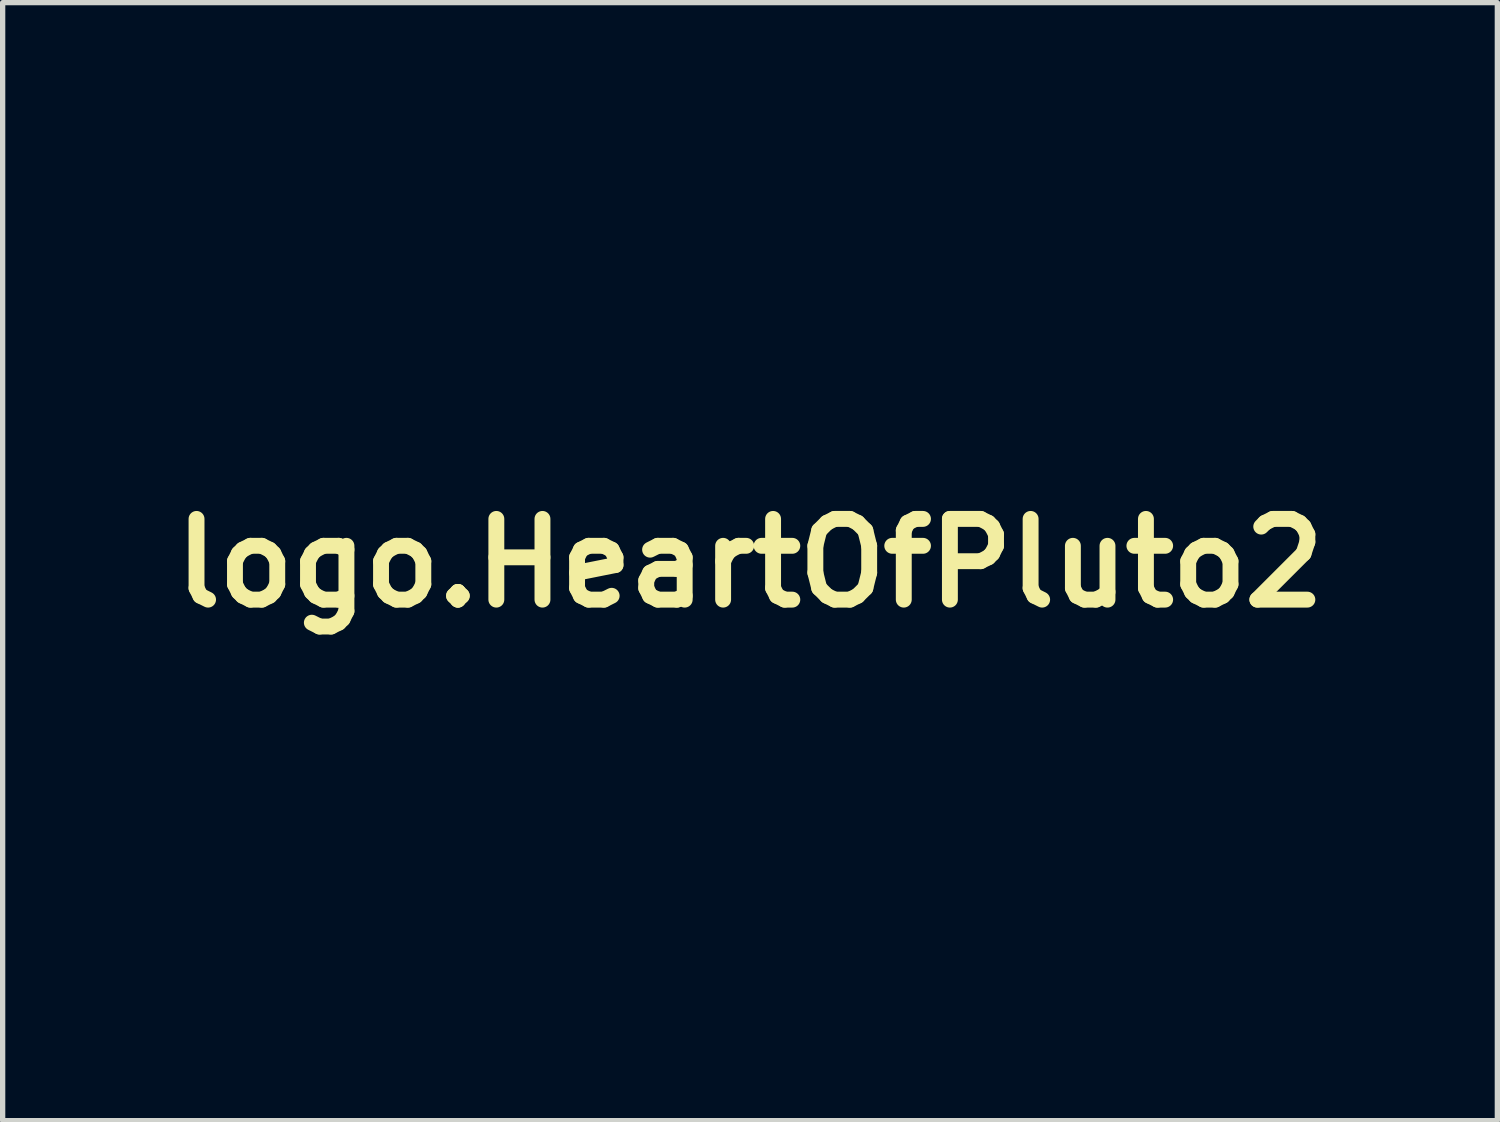
<source format=kicad_pcb>
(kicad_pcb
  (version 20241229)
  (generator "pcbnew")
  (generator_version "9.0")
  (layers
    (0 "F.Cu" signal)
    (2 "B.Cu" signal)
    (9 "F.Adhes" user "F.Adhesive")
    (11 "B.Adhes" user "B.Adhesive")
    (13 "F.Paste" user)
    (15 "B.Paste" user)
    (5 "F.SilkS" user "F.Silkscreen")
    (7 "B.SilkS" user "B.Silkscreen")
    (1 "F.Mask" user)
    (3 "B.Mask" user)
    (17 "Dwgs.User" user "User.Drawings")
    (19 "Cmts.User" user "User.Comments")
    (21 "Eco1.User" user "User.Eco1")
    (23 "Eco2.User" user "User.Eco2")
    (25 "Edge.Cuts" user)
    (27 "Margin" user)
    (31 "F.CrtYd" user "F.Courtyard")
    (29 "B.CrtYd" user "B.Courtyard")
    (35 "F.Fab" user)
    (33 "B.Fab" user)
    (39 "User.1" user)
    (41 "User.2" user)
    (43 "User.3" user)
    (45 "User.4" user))
  (footprint "logo.HeartOfPluto2"
    (layer "F.Cu")
    (at 11.111 7.582)
    (property "Reference" "logo.HeartOfPluto2" (at 0 0 0) (layer "F.SilkS") (effects (font (size 1.524 1.524) (thickness 0.3))))
    (attr through_hole)
    (fp_poly (pts (xy -1.737 7.092) (xy -1.097 7.092) (xy -1.097 7.463) (xy -2.139 7.463) (xy -2.139 5.131) (xy -1.737 5.131) (xy -1.737 7.092)) (stroke (width 0.01) (type solid)) (fill yes) (layer "F.Mask"))
    (fp_poly (pts (xy 1.961 5.471) (xy 1.524 5.471) (xy 1.524 7.463) (xy 1.133 7.463) (xy 1.133 5.471) (xy 0.696 5.471) (xy 0.696 5.131) (xy 1.961 5.131) (xy 1.961 5.471)) (stroke (width 0.01) (type solid)) (fill yes) (layer "F.Mask"))
    (fp_poly (pts (xy 3.728 4.398) (xy 3.726 4.417) (xy 2.392 4.418) (xy 2.277 4.418) (xy 2.163 4.419) (xy 2.053 4.419) (xy 1.947 4.419) (xy 1.844 4.419) (xy 1.746 4.419) (xy 1.653 4.418) (xy 1.564 4.418) (xy 1.481 4.418) (xy 1.405 4.418) (xy 1.335 4.418) (xy 1.271 4.418) (xy 1.215 4.418) (xy 1.167 4.417) (xy 1.126 4.417) (xy 1.095 4.417) (xy 1.072 4.417) (xy 1.059 4.416) (xy 1.055 4.416) (xy 1.053 4.409) (xy 1.052 4.397) (xy 1.052 4.396) (xy 1.052 4.379) (xy 3.729 4.379) (xy 3.728 4.398)) (stroke (width 0.01) (type solid)) (fill yes) (layer "F.Mask"))
    (fp_poly (pts (xy -1.095 4.417) (xy -2.43 4.418) (xy -2.569 4.418) (xy -2.699 4.419) (xy -2.819 4.419) (xy -2.93 4.419) (xy -3.032 4.419) (xy -3.126 4.419) (xy -3.212 4.419) (xy -3.29 4.419) (xy -3.36 4.419) (xy -3.424 4.418) (xy -3.481 4.418) (xy -3.531 4.418) (xy -3.576 4.418) (xy -3.615 4.418) (xy -3.648 4.417) (xy -3.677 4.417) (xy -3.701 4.417) (xy -3.72 4.416) (xy -3.736 4.416) (xy -3.748 4.415) (xy -3.757 4.414) (xy -3.763 4.414) (xy -3.766 4.413) (xy -3.767 4.412) (xy -3.769 4.402) (xy -3.768 4.393) (xy -3.767 4.381) (xy -1.095 4.381) (xy -1.095 4.417)) (stroke (width 0.01) (type solid)) (fill yes) (layer "F.Mask"))
    (fp_poly (pts (xy 0.765 4.133) (xy 0.593 4.134) (xy 0.422 4.135) (xy 0.422 4.298) (xy 0.58 4.299) (xy 0.739 4.3) (xy 0.741 4.374) (xy 0.741 4.401) (xy 0.741 4.425) (xy 0.74 4.445) (xy 0.74 4.457) (xy 0.739 4.459) (xy 0.736 4.47) (xy 0.422 4.47) (xy 0.422 4.785) (xy 0.322 4.785) (xy 0.286 4.785) (xy 0.259 4.785) (xy 0.239 4.784) (xy 0.227 4.782) (xy 0.222 4.78) (xy 0.221 4.779) (xy 0.22 4.773) (xy 0.22 4.758) (xy 0.22 4.734) (xy 0.22 4.702) (xy 0.219 4.663) (xy 0.219 4.618) (xy 0.219 4.567) (xy 0.219 4.512) (xy 0.219 4.453) (xy 0.22 4.39) (xy 0.22 4.366) (xy 0.221 3.96) (xy 0.765 3.96) (xy 0.765 4.133)) (stroke (width 0.01) (type solid)) (fill yes) (layer "F.Mask"))
    (fp_poly (pts (xy 3.131 1.342) (xy 3.747 1.344) (xy 3.747 1.669) (xy 3.534 1.67) (xy 3.322 1.671) (xy 3.321 2.638) (xy 3.32 3.604) (xy 3.131 3.606) (xy 3.089 3.606) (xy 3.049 3.606) (xy 3.014 3.606) (xy 2.984 3.605) (xy 2.961 3.605) (xy 2.946 3.604) (xy 2.94 3.604) (xy 2.94 3.603) (xy 2.939 3.598) (xy 2.939 3.583) (xy 2.939 3.559) (xy 2.938 3.526) (xy 2.938 3.485) (xy 2.938 3.436) (xy 2.937 3.38) (xy 2.937 3.318) (xy 2.937 3.249) (xy 2.937 3.175) (xy 2.937 3.095) (xy 2.937 3.011) (xy 2.936 2.922) (xy 2.936 2.83) (xy 2.936 2.734) (xy 2.936 2.636) (xy 2.936 1.671) (xy 2.515 1.671) (xy 2.515 1.341) (xy 3.131 1.342)) (stroke (width 0.01) (type solid)) (fill yes) (layer "F.Mask"))
    (fp_poly (pts (xy -3.378 2.256) (xy -2.713 2.256) (xy -2.711 1.8) (xy -2.71 1.344) (xy -2.324 1.344) (xy -2.324 3.604) (xy -2.71 3.604) (xy -2.713 2.606) (xy -3.378 2.606) (xy -3.379 3.105) (xy -3.381 3.604) (xy -3.573 3.606) (xy -3.624 3.606) (xy -3.666 3.606) (xy -3.7 3.606) (xy -3.725 3.605) (xy -3.744 3.605) (xy -3.757 3.604) (xy -3.764 3.602) (xy -3.767 3.601) (xy -3.767 3.601) (xy -3.767 3.595) (xy -3.767 3.58) (xy -3.768 3.555) (xy -3.768 3.522) (xy -3.768 3.48) (xy -3.768 3.431) (xy -3.768 3.374) (xy -3.768 3.31) (xy -3.768 3.239) (xy -3.768 3.163) (xy -3.768 3.081) (xy -3.768 2.994) (xy -3.768 2.903) (xy -3.768 2.807) (xy -3.768 2.707) (xy -3.768 2.605) (xy -3.768 2.499) (xy -3.768 2.469) (xy -3.767 1.344) (xy -3.381 1.344) (xy -3.378 2.256)) (stroke (width 0.01) (type solid)) (fill yes) (layer "F.Mask"))
    (fp_poly (pts (xy -0.855 1.513) (xy -0.856 1.684) (xy -1.177 1.685) (xy -1.499 1.687) (xy -1.499 2.276) (xy -0.902 2.278) (xy -0.902 2.593) (xy -1.2 2.595) (xy -1.499 2.596) (xy -1.499 3.256) (xy -1.162 3.258) (xy -0.826 3.259) (xy -0.826 3.604) (xy -1.348 3.606) (xy -1.435 3.606) (xy -1.513 3.606) (xy -1.581 3.606) (xy -1.641 3.606) (xy -1.693 3.606) (xy -1.737 3.606) (xy -1.774 3.605) (xy -1.804 3.605) (xy -1.828 3.604) (xy -1.846 3.604) (xy -1.859 3.603) (xy -1.867 3.602) (xy -1.872 3.601) (xy -1.872 3.6) (xy -1.872 3.595) (xy -1.873 3.58) (xy -1.873 3.555) (xy -1.873 3.522) (xy -1.873 3.48) (xy -1.873 3.431) (xy -1.873 3.374) (xy -1.873 3.31) (xy -1.874 3.239) (xy -1.874 3.163) (xy -1.874 3.081) (xy -1.874 2.994) (xy -1.874 2.903) (xy -1.874 2.807) (xy -1.874 2.707) (xy -1.873 2.605) (xy -1.873 2.499) (xy -1.873 2.469) (xy -1.872 1.344) (xy -1.363 1.342) (xy -0.853 1.341) (xy -0.855 1.513)) (stroke (width 0.01) (type solid)) (fill yes) (layer "F.Mask"))
    (fp_poly (pts (xy -0.263 3.972) (xy -0.2 3.991) (xy -0.194 3.993) (xy -0.135 4.021) (xy -0.081 4.057) (xy -0.034 4.099) (xy 0.007 4.147) (xy 0.04 4.2) (xy 0.066 4.257) (xy 0.082 4.318) (xy 0.09 4.38) (xy 0.09 4.421) (xy 0.082 4.485) (xy 0.064 4.546) (xy 0.036 4.604) (xy -0.000219 4.659) (xy -0.039 4.702) (xy -0.085 4.743) (xy -0.134 4.775) (xy -0.188 4.801) (xy -0.223 4.813) (xy -0.243 4.818) (xy -0.268 4.824) (xy -0.294 4.828) (xy -0.32 4.832) (xy -0.343 4.835) (xy -0.36 4.836) (xy -0.363 4.835) (xy -0.37 4.835) (xy -0.385 4.833) (xy -0.404 4.831) (xy -0.406 4.831) (xy -0.47 4.819) (xy -0.531 4.798) (xy -0.588 4.768) (xy -0.64 4.731) (xy -0.687 4.687) (xy -0.727 4.636) (xy -0.76 4.58) (xy -0.781 4.529) (xy -0.793 4.487) (xy -0.8 4.448) (xy -0.802 4.408) (xy -0.587 4.408) (xy -0.583 4.451) (xy -0.573 4.492) (xy -0.563 4.515) (xy -0.539 4.555) (xy -0.507 4.589) (xy -0.47 4.615) (xy -0.429 4.633) (xy -0.384 4.643) (xy -0.337 4.644) (xy -0.289 4.636) (xy -0.287 4.635) (xy -0.249 4.62) (xy -0.213 4.595) (xy -0.181 4.563) (xy -0.154 4.526) (xy -0.145 4.508) (xy -0.135 4.482) (xy -0.128 4.449) (xy -0.124 4.413) (xy -0.123 4.378) (xy -0.125 4.347) (xy -0.126 4.342) (xy -0.139 4.297) (xy -0.161 4.256) (xy -0.191 4.22) (xy -0.227 4.19) (xy -0.267 4.167) (xy -0.304 4.155) (xy -0.335 4.151) (xy -0.37 4.152) (xy -0.406 4.156) (xy -0.437 4.165) (xy -0.438 4.165) (xy -0.478 4.186) (xy -0.515 4.215) (xy -0.545 4.251) (xy -0.568 4.289) (xy -0.58 4.324) (xy -0.586 4.365) (xy -0.587 4.408) (xy -0.802 4.408) (xy -0.802 4.407) (xy -0.801 4.38) (xy -0.793 4.314) (xy -0.775 4.251) (xy -0.748 4.193) (xy -0.711 4.138) (xy -0.679 4.1) (xy -0.63 4.056) (xy -0.576 4.02) (xy -0.517 3.993) (xy -0.456 3.974) (xy -0.392 3.964) (xy -0.327 3.964) (xy -0.263 3.972)) (stroke (width 0.01) (type solid)) (fill yes) (layer "F.Mask"))
    (fp_poly (pts (xy -3.574 5.131) (xy -3.522 5.132) (xy -3.462 5.132) (xy -3.392 5.132) (xy -3.386 5.132) (xy -3.316 5.133) (xy -3.255 5.133) (xy -3.202 5.133) (xy -3.157 5.134) (xy -3.12 5.134) (xy -3.088 5.135) (xy -3.062 5.135) (xy -3.041 5.136) (xy -3.023 5.137) (xy -3.009 5.138) (xy -2.997 5.139) (xy -2.986 5.141) (xy -2.976 5.143) (xy -2.967 5.145) (xy -2.965 5.145) (xy -2.893 5.163) (xy -2.83 5.185) (xy -2.773 5.212) (xy -2.722 5.244) (xy -2.674 5.282) (xy -2.65 5.305) (xy -2.6 5.362) (xy -2.558 5.424) (xy -2.523 5.493) (xy -2.495 5.569) (xy -2.478 5.636) (xy -2.473 5.665) (xy -2.47 5.702) (xy -2.467 5.744) (xy -2.466 5.79) (xy -2.466 5.837) (xy -2.467 5.883) (xy -2.469 5.926) (xy -2.472 5.963) (xy -2.476 5.987) (xy -2.496 6.071) (xy -2.525 6.149) (xy -2.561 6.222) (xy -2.605 6.289) (xy -2.656 6.349) (xy -2.662 6.355) (xy -2.712 6.4) (xy -2.764 6.438) (xy -2.822 6.468) (xy -2.886 6.494) (xy -2.936 6.509) (xy -2.995 6.525) (xy -3.371 6.53) (xy -3.376 7.46) (xy -3.566 7.461) (xy -3.609 7.461) (xy -3.649 7.461) (xy -3.685 7.461) (xy -3.716 7.461) (xy -3.74 7.46) (xy -3.756 7.459) (xy -3.763 7.458) (xy -3.763 7.458) (xy -3.764 7.456) (xy -3.764 7.45) (xy -3.765 7.44) (xy -3.766 7.426) (xy -3.766 7.407) (xy -3.767 7.383) (xy -3.767 7.354) (xy -3.767 7.319) (xy -3.768 7.278) (xy -3.768 7.23) (xy -3.768 7.176) (xy -3.768 7.115) (xy -3.768 7.047) (xy -3.768 6.97) (xy -3.769 6.886) (xy -3.769 6.793) (xy -3.768 6.692) (xy -3.768 6.581) (xy -3.768 6.461) (xy -3.768 6.332) (xy -3.768 6.301) (xy -3.768 6.204) (xy -3.373 6.204) (xy -3.235 6.201) (xy -3.189 6.2) (xy -3.151 6.199) (xy -3.122 6.198) (xy -3.1 6.196) (xy -3.083 6.194) (xy -3.07 6.191) (xy -3.069 6.191) (xy -3.017 6.171) (xy -2.971 6.143) (xy -2.931 6.107) (xy -2.899 6.065) (xy -2.873 6.015) (xy -2.855 5.959) (xy -2.853 5.947) (xy -2.845 5.894) (xy -2.841 5.838) (xy -2.842 5.782) (xy -2.848 5.728) (xy -2.858 5.681) (xy -2.858 5.679) (xy -2.877 5.63) (xy -2.905 5.586) (xy -2.94 5.548) (xy -2.982 5.517) (xy -3.004 5.505) (xy -3.022 5.496) (xy -3.04 5.489) (xy -3.056 5.484) (xy -3.075 5.48) (xy -3.096 5.477) (xy -3.121 5.475) (xy -3.152 5.474) (xy -3.191 5.474) (xy -3.233 5.474) (xy -3.371 5.474) (xy -3.373 6.204) (xy -3.768 6.204) (xy -3.768 6.191) (xy -3.768 6.083) (xy -3.768 5.979) (xy -3.767 5.879) (xy -3.767 5.784) (xy -3.767 5.693) (xy -3.766 5.608) (xy -3.766 5.528) (xy -3.766 5.455) (xy -3.765 5.388) (xy -3.765 5.328) (xy -3.765 5.276) (xy -3.764 5.231) (xy -3.764 5.195) (xy -3.763 5.167) (xy -3.763 5.149) (xy -3.762 5.14) (xy -3.762 5.139) (xy -3.761 5.138) (xy -3.759 5.136) (xy -3.755 5.135) (xy -3.748 5.134) (xy -3.738 5.133) (xy -3.724 5.132) (xy -3.706 5.132) (xy -3.683 5.132) (xy -3.653 5.131) (xy -3.617 5.131) (xy -3.574 5.131)) (stroke (width 0.01) (type solid)) (fill yes) (layer "F.Mask"))
    (fp_poly (pts (xy 0.505 5.133) (xy 0.505 5.946) (xy 0.505 6.055) (xy 0.505 6.154) (xy 0.505 6.244) (xy 0.505 6.325) (xy 0.505 6.399) (xy 0.505 6.464) (xy 0.505 6.523) (xy 0.505 6.575) (xy 0.504 6.621) (xy 0.504 6.662) (xy 0.503 6.698) (xy 0.502 6.729) (xy 0.501 6.756) (xy 0.5 6.78) (xy 0.498 6.801) (xy 0.497 6.82) (xy 0.495 6.837) (xy 0.493 6.852) (xy 0.491 6.867) (xy 0.488 6.882) (xy 0.485 6.896) (xy 0.482 6.912) (xy 0.478 6.928) (xy 0.477 6.934) (xy 0.454 7.025) (xy 0.424 7.108) (xy 0.388 7.184) (xy 0.344 7.253) (xy 0.294 7.315) (xy 0.238 7.368) (xy 0.176 7.414) (xy 0.108 7.452) (xy 0.034 7.482) (xy -0.046 7.503) (xy -0.074 7.508) (xy -0.114 7.514) (xy -0.16 7.518) (xy -0.209 7.52) (xy -0.256 7.521) (xy -0.298 7.52) (xy -0.318 7.518) (xy -0.404 7.506) (xy -0.485 7.485) (xy -0.56 7.457) (xy -0.629 7.42) (xy -0.691 7.375) (xy -0.748 7.322) (xy -0.797 7.262) (xy -0.841 7.194) (xy -0.878 7.118) (xy -0.908 7.035) (xy -0.931 6.945) (xy -0.932 6.937) (xy -0.935 6.922) (xy -0.938 6.907) (xy -0.941 6.893) (xy -0.943 6.88) (xy -0.945 6.866) (xy -0.947 6.852) (xy -0.949 6.836) (xy -0.95 6.818) (xy -0.952 6.798) (xy -0.953 6.775) (xy -0.954 6.749) (xy -0.955 6.719) (xy -0.955 6.684) (xy -0.956 6.645) (xy -0.957 6.6) (xy -0.957 6.549) (xy -0.957 6.492) (xy -0.958 6.427) (xy -0.958 6.355) (xy -0.958 6.275) (xy -0.958 6.187) (xy -0.958 6.089) (xy -0.959 5.982) (xy -0.959 5.976) (xy -0.96 5.158) (xy -0.95 5.144) (xy -0.939 5.131) (xy -0.75 5.132) (xy -0.561 5.133) (xy -0.559 5.941) (xy -0.558 6.048) (xy -0.558 6.145) (xy -0.558 6.233) (xy -0.557 6.313) (xy -0.557 6.384) (xy -0.557 6.447) (xy -0.556 6.504) (xy -0.556 6.553) (xy -0.555 6.596) (xy -0.555 6.634) (xy -0.554 6.666) (xy -0.554 6.694) (xy -0.553 6.717) (xy -0.553 6.737) (xy -0.552 6.753) (xy -0.551 6.766) (xy -0.55 6.777) (xy -0.549 6.787) (xy -0.548 6.795) (xy -0.547 6.8) (xy -0.538 6.849) (xy -0.527 6.891) (xy -0.514 6.929) (xy -0.498 6.966) (xy -0.494 6.975) (xy -0.481 7.002) (xy -0.467 7.023) (xy -0.45 7.043) (xy -0.432 7.062) (xy -0.397 7.093) (xy -0.36 7.116) (xy -0.319 7.131) (xy -0.274 7.14) (xy -0.224 7.142) (xy -0.168 7.138) (xy -0.117 7.126) (xy -0.072 7.106) (xy -0.032 7.078) (xy 0.003 7.041) (xy 0.033 6.996) (xy 0.058 6.942) (xy 0.079 6.879) (xy 0.095 6.807) (xy 0.095 6.807) (xy 0.096 6.8) (xy 0.097 6.792) (xy 0.098 6.783) (xy 0.099 6.772) (xy 0.1 6.758) (xy 0.101 6.742) (xy 0.101 6.722) (xy 0.102 6.698) (xy 0.102 6.67) (xy 0.103 6.637) (xy 0.103 6.598) (xy 0.104 6.554) (xy 0.104 6.503) (xy 0.105 6.446) (xy 0.105 6.381) (xy 0.105 6.309) (xy 0.106 6.228) (xy 0.106 6.138) (xy 0.106 6.039) (xy 0.107 5.958) (xy 0.109 5.157) (xy 0.122 5.144) (xy 0.134 5.131) (xy 0.505 5.133)) (stroke (width 0.01) (type solid)) (fill yes) (layer "F.Mask"))
    (fp_poly (pts (xy 0.105 1.342) (xy 0.352 1.344) (xy 0.628 2.471) (xy 0.654 2.576) (xy 0.678 2.678) (xy 0.703 2.777) (xy 0.726 2.873) (xy 0.748 2.965) (xy 0.769 3.052) (xy 0.789 3.135) (xy 0.808 3.212) (xy 0.825 3.284) (xy 0.841 3.35) (xy 0.855 3.409) (xy 0.868 3.461) (xy 0.879 3.506) (xy 0.887 3.542) (xy 0.894 3.571) (xy 0.898 3.591) (xy 0.901 3.601) (xy 0.901 3.603) (xy 0.896 3.604) (xy 0.881 3.605) (xy 0.859 3.605) (xy 0.829 3.606) (xy 0.794 3.606) (xy 0.755 3.607) (xy 0.712 3.607) (xy 0.701 3.607) (xy 0.651 3.607) (xy 0.61 3.607) (xy 0.577 3.606) (xy 0.552 3.606) (xy 0.533 3.605) (xy 0.519 3.605) (xy 0.51 3.603) (xy 0.504 3.602) (xy 0.501 3.6) (xy 0.499 3.598) (xy 0.497 3.591) (xy 0.493 3.576) (xy 0.487 3.552) (xy 0.48 3.522) (xy 0.471 3.486) (xy 0.462 3.445) (xy 0.451 3.401) (xy 0.442 3.359) (xy 0.389 3.129) (xy -0.201 3.129) (xy -0.256 3.359) (xy -0.267 3.406) (xy -0.278 3.45) (xy -0.288 3.491) (xy -0.297 3.526) (xy -0.304 3.555) (xy -0.31 3.578) (xy -0.314 3.592) (xy -0.316 3.598) (xy -0.318 3.6) (xy -0.321 3.602) (xy -0.327 3.604) (xy -0.337 3.605) (xy -0.351 3.606) (xy -0.37 3.606) (xy -0.397 3.606) (xy -0.43 3.607) (xy -0.472 3.607) (xy -0.511 3.607) (xy -0.56 3.607) (xy -0.6 3.607) (xy -0.631 3.606) (xy -0.656 3.606) (xy -0.674 3.605) (xy -0.686 3.604) (xy -0.694 3.603) (xy -0.699 3.602) (xy -0.701 3.6) (xy -0.701 3.598) (xy -0.7 3.593) (xy -0.696 3.578) (xy -0.691 3.555) (xy -0.683 3.523) (xy -0.673 3.483) (xy -0.662 3.437) (xy -0.649 3.384) (xy -0.634 3.324) (xy -0.618 3.259) (xy -0.601 3.189) (xy -0.582 3.115) (xy -0.563 3.036) (xy -0.543 2.954) (xy -0.522 2.87) (xy -0.509 2.819) (xy -0.152 2.819) (xy 0.092 2.819) (xy 0.15 2.819) (xy 0.199 2.819) (xy 0.239 2.819) (xy 0.271 2.818) (xy 0.296 2.818) (xy 0.314 2.817) (xy 0.326 2.816) (xy 0.333 2.815) (xy 0.335 2.813) (xy 0.335 2.813) (xy 0.334 2.807) (xy 0.331 2.792) (xy 0.326 2.769) (xy 0.32 2.738) (xy 0.312 2.7) (xy 0.303 2.657) (xy 0.293 2.608) (xy 0.281 2.554) (xy 0.269 2.497) (xy 0.256 2.437) (xy 0.243 2.375) (xy 0.229 2.311) (xy 0.216 2.247) (xy 0.202 2.183) (xy 0.188 2.12) (xy 0.175 2.059) (xy 0.163 2) (xy 0.151 1.944) (xy 0.139 1.892) (xy 0.129 1.845) (xy 0.12 1.804) (xy 0.113 1.769) (xy 0.106 1.741) (xy 0.102 1.721) (xy 0.099 1.71) (xy 0.099 1.707) (xy 0.095 1.707) (xy 0.093 1.712) (xy 0.09 1.727) (xy 0.085 1.75) (xy 0.078 1.781) (xy 0.069 1.819) (xy 0.059 1.865) (xy 0.048 1.916) (xy 0.035 1.973) (xy 0.022 2.034) (xy 0.007 2.1) (xy -0.008 2.169) (xy -0.024 2.241) (xy -0.025 2.248) (xy -0.041 2.32) (xy -0.056 2.391) (xy -0.071 2.457) (xy -0.085 2.52) (xy -0.098 2.578) (xy -0.109 2.632) (xy -0.12 2.679) (xy -0.129 2.719) (xy -0.136 2.753) (xy -0.142 2.778) (xy -0.145 2.795) (xy -0.147 2.803) (xy -0.147 2.803) (xy -0.152 2.819) (xy -0.509 2.819) (xy -0.5 2.783) (xy -0.478 2.694) (xy -0.456 2.603) (xy -0.433 2.512) (xy -0.411 2.421) (xy -0.388 2.33) (xy -0.366 2.24) (xy -0.344 2.152) (xy -0.323 2.065) (xy -0.302 1.981) (xy -0.282 1.9) (xy -0.262 1.822) (xy -0.244 1.749) (xy -0.227 1.68) (xy -0.211 1.616) (xy -0.197 1.558) (xy -0.184 1.506) (xy -0.172 1.461) (xy -0.163 1.423) (xy -0.155 1.393) (xy -0.15 1.372) (xy -0.147 1.36) (xy -0.142 1.341) (xy 0.105 1.342)) (stroke (width 0.01) (type solid)) (fill yes) (layer "F.Mask"))
    (fp_poly (pts (xy 1.576 1.341) (xy 1.638 1.341) (xy 1.692 1.342) (xy 1.738 1.342) (xy 1.778 1.342) (xy 1.81 1.343) (xy 1.838 1.344) (xy 1.861 1.345) (xy 1.879 1.346) (xy 1.895 1.347) (xy 1.906 1.349) (xy 1.986 1.363) (xy 2.058 1.384) (xy 2.123 1.411) (xy 2.182 1.445) (xy 2.235 1.487) (xy 2.261 1.512) (xy 2.307 1.567) (xy 2.345 1.626) (xy 2.375 1.691) (xy 2.398 1.762) (xy 2.414 1.839) (xy 2.422 1.923) (xy 2.424 1.986) (xy 2.423 2.045) (xy 2.419 2.097) (xy 2.411 2.145) (xy 2.4 2.191) (xy 2.39 2.223) (xy 2.366 2.286) (xy 2.339 2.341) (xy 2.307 2.391) (xy 2.269 2.436) (xy 2.265 2.441) (xy 2.218 2.486) (xy 2.171 2.521) (xy 2.123 2.546) (xy 2.107 2.552) (xy 2.093 2.56) (xy 2.083 2.567) (xy 2.081 2.571) (xy 2.083 2.576) (xy 2.088 2.591) (xy 2.096 2.614) (xy 2.107 2.645) (xy 2.121 2.682) (xy 2.138 2.726) (xy 2.156 2.775) (xy 2.177 2.83) (xy 2.2 2.888) (xy 2.224 2.951) (xy 2.249 3.017) (xy 2.274 3.08) (xy 2.3 3.148) (xy 2.326 3.214) (xy 2.35 3.277) (xy 2.373 3.336) (xy 2.394 3.39) (xy 2.413 3.439) (xy 2.429 3.483) (xy 2.443 3.52) (xy 2.455 3.55) (xy 2.463 3.573) (xy 2.468 3.587) (xy 2.47 3.593) (xy 2.471 3.604) (xy 2.274 3.606) (xy 2.221 3.606) (xy 2.176 3.606) (xy 2.138 3.605) (xy 2.108 3.605) (xy 2.086 3.604) (xy 2.074 3.603) (xy 2.071 3.602) (xy 2.069 3.597) (xy 2.063 3.582) (xy 2.054 3.56) (xy 2.043 3.53) (xy 2.029 3.493) (xy 2.013 3.449) (xy 1.995 3.4) (xy 1.975 3.346) (xy 1.954 3.288) (xy 1.931 3.226) (xy 1.907 3.16) (xy 1.893 3.121) (xy 1.719 2.644) (xy 1.616 2.643) (xy 1.585 2.642) (xy 1.558 2.642) (xy 1.536 2.642) (xy 1.52 2.642) (xy 1.513 2.643) (xy 1.513 2.643) (xy 1.512 2.648) (xy 1.512 2.663) (xy 1.512 2.686) (xy 1.512 2.717) (xy 1.511 2.756) (xy 1.511 2.802) (xy 1.511 2.853) (xy 1.51 2.91) (xy 1.51 2.971) (xy 1.509 3.036) (xy 1.509 3.104) (xy 1.509 3.124) (xy 1.506 3.604) (xy 1.323 3.606) (xy 1.281 3.606) (xy 1.242 3.606) (xy 1.207 3.606) (xy 1.178 3.605) (xy 1.156 3.605) (xy 1.142 3.604) (xy 1.136 3.603) (xy 1.136 3.598) (xy 1.136 3.583) (xy 1.135 3.559) (xy 1.135 3.526) (xy 1.135 3.484) (xy 1.134 3.435) (xy 1.134 3.378) (xy 1.134 3.315) (xy 1.134 3.245) (xy 1.134 3.169) (xy 1.133 3.087) (xy 1.133 3) (xy 1.133 2.909) (xy 1.133 2.813) (xy 1.133 2.714) (xy 1.133 2.611) (xy 1.133 2.506) (xy 1.133 2.476) (xy 1.133 2.04) (xy 1.509 2.04) (xy 1.509 2.352) (xy 1.645 2.352) (xy 1.691 2.352) (xy 1.728 2.351) (xy 1.757 2.35) (xy 1.78 2.349) (xy 1.798 2.347) (xy 1.812 2.344) (xy 1.813 2.344) (xy 1.859 2.329) (xy 1.903 2.305) (xy 1.942 2.274) (xy 1.976 2.238) (xy 2.001 2.198) (xy 2.003 2.195) (xy 2.016 2.167) (xy 2.025 2.141) (xy 2.032 2.116) (xy 2.036 2.088) (xy 2.039 2.056) (xy 2.039 2.016) (xy 2.039 2.007) (xy 2.039 1.965) (xy 2.037 1.931) (xy 2.033 1.903) (xy 2.027 1.877) (xy 2.018 1.852) (xy 2.006 1.825) (xy 2.003 1.819) (xy 1.98 1.781) (xy 1.95 1.747) (xy 1.915 1.718) (xy 1.89 1.703) (xy 1.87 1.694) (xy 1.852 1.687) (xy 1.835 1.681) (xy 1.817 1.677) (xy 1.795 1.673) (xy 1.77 1.671) (xy 1.739 1.669) (xy 1.701 1.668) (xy 1.656 1.668) (xy 1.515 1.665) (xy 1.512 1.697) (xy 1.511 1.708) (xy 1.511 1.728) (xy 1.51 1.756) (xy 1.51 1.791) (xy 1.51 1.832) (xy 1.509 1.879) (xy 1.509 1.93) (xy 1.509 1.984) (xy 1.509 2.04) (xy 1.133 2.04) (xy 1.133 1.351) (xy 1.146 1.346) (xy 1.154 1.345) (xy 1.171 1.344) (xy 1.198 1.343) (xy 1.233 1.343) (xy 1.276 1.342) (xy 1.327 1.342) (xy 1.385 1.341) (xy 1.45 1.341) (xy 1.504 1.341) (xy 1.576 1.341)) (stroke (width 0.01) (type solid)) (fill yes) (layer "F.Mask"))
    (fp_poly (pts (xy 2.927 5.074) (xy 2.971 5.076) (xy 3.009 5.081) (xy 3.018 5.082) (xy 3.102 5.103) (xy 3.181 5.133) (xy 3.256 5.172) (xy 3.326 5.219) (xy 3.39 5.275) (xy 3.45 5.339) (xy 3.504 5.411) (xy 3.552 5.491) (xy 3.595 5.579) (xy 3.632 5.675) (xy 3.664 5.779) (xy 3.688 5.881) (xy 3.695 5.919) (xy 3.701 5.953) (xy 3.706 5.985) (xy 3.71 6.016) (xy 3.713 6.047) (xy 3.716 6.08) (xy 3.717 6.116) (xy 3.718 6.156) (xy 3.718 6.203) (xy 3.717 6.256) (xy 3.717 6.318) (xy 3.716 6.326) (xy 3.716 6.381) (xy 3.715 6.428) (xy 3.714 6.467) (xy 3.713 6.499) (xy 3.712 6.527) (xy 3.71 6.55) (xy 3.709 6.57) (xy 3.707 6.589) (xy 3.704 6.608) (xy 3.701 6.627) (xy 3.701 6.63) (xy 3.679 6.746) (xy 3.651 6.855) (xy 3.617 6.957) (xy 3.576 7.05) (xy 3.53 7.136) (xy 3.478 7.214) (xy 3.42 7.285) (xy 3.357 7.347) (xy 3.288 7.4) (xy 3.226 7.439) (xy 3.165 7.468) (xy 3.097 7.491) (xy 3.025 7.508) (xy 2.951 7.518) (xy 2.877 7.521) (xy 2.813 7.518) (xy 2.729 7.506) (xy 2.65 7.485) (xy 2.576 7.455) (xy 2.505 7.415) (xy 2.438 7.367) (xy 2.387 7.321) (xy 2.327 7.258) (xy 2.274 7.189) (xy 2.226 7.113) (xy 2.184 7.03) (xy 2.147 6.94) (xy 2.115 6.842) (xy 2.088 6.735) (xy 2.072 6.655) (xy 2.069 6.641) (xy 2.067 6.628) (xy 2.065 6.616) (xy 2.064 6.602) (xy 2.063 6.586) (xy 2.062 6.568) (xy 2.061 6.546) (xy 2.061 6.519) (xy 2.06 6.486) (xy 2.06 6.447) (xy 2.06 6.401) (xy 2.06 6.346) (xy 2.06 6.292) (xy 2.06 6.225) (xy 2.06 6.168) (xy 2.06 6.118) (xy 2.061 6.076) (xy 2.061 6.074) (xy 2.477 6.074) (xy 2.478 6.103) (xy 2.478 6.138) (xy 2.479 6.179) (xy 2.48 6.228) (xy 2.481 6.286) (xy 2.482 6.332) (xy 2.484 6.399) (xy 2.485 6.458) (xy 2.487 6.509) (xy 2.488 6.552) (xy 2.49 6.588) (xy 2.491 6.619) (xy 2.493 6.646) (xy 2.495 6.668) (xy 2.498 6.688) (xy 2.501 6.707) (xy 2.505 6.724) (xy 2.509 6.741) (xy 2.515 6.76) (xy 2.517 6.77) (xy 2.542 6.841) (xy 2.571 6.907) (xy 2.604 6.965) (xy 2.641 7.016) (xy 2.682 7.059) (xy 2.726 7.093) (xy 2.773 7.118) (xy 2.795 7.127) (xy 2.828 7.134) (xy 2.867 7.138) (xy 2.908 7.137) (xy 2.947 7.133) (xy 2.982 7.124) (xy 2.988 7.122) (xy 3.035 7.099) (xy 3.079 7.067) (xy 3.121 7.026) (xy 3.158 6.976) (xy 3.193 6.918) (xy 3.223 6.853) (xy 3.249 6.781) (xy 3.27 6.702) (xy 3.277 6.673) (xy 3.279 6.662) (xy 3.281 6.65) (xy 3.282 6.638) (xy 3.283 6.623) (xy 3.285 6.606) (xy 3.286 6.585) (xy 3.286 6.559) (xy 3.287 6.527) (xy 3.288 6.489) (xy 3.289 6.444) (xy 3.289 6.39) (xy 3.29 6.327) (xy 3.29 6.318) (xy 3.291 6.251) (xy 3.291 6.194) (xy 3.291 6.146) (xy 3.291 6.104) (xy 3.291 6.069) (xy 3.29 6.039) (xy 3.289 6.013) (xy 3.287 5.99) (xy 3.285 5.969) (xy 3.282 5.95) (xy 3.279 5.931) (xy 3.274 5.911) (xy 3.269 5.889) (xy 3.263 5.865) (xy 3.262 5.861) (xy 3.24 5.789) (xy 3.214 5.722) (xy 3.184 5.661) (xy 3.15 5.607) (xy 3.113 5.56) (xy 3.074 5.52) (xy 3.031 5.489) (xy 2.987 5.467) (xy 2.947 5.456) (xy 2.89 5.45) (xy 2.836 5.454) (xy 2.784 5.467) (xy 2.736 5.49) (xy 2.69 5.523) (xy 2.676 5.536) (xy 2.631 5.586) (xy 2.592 5.643) (xy 2.557 5.709) (xy 2.528 5.784) (xy 2.504 5.866) (xy 2.485 5.958) (xy 2.484 5.966) (xy 2.482 5.978) (xy 2.481 5.989) (xy 2.479 6.002) (xy 2.478 6.015) (xy 2.478 6.031) (xy 2.477 6.051) (xy 2.477 6.074) (xy 2.061 6.074) (xy 2.062 6.039) (xy 2.063 6.008) (xy 2.065 5.98) (xy 2.067 5.954) (xy 2.07 5.931) (xy 2.074 5.908) (xy 2.079 5.884) (xy 2.084 5.859) (xy 2.091 5.832) (xy 2.098 5.803) (xy 2.128 5.698) (xy 2.163 5.6) (xy 2.204 5.511) (xy 2.251 5.429) (xy 2.304 5.355) (xy 2.361 5.289) (xy 2.424 5.231) (xy 2.492 5.182) (xy 2.564 5.142) (xy 2.642 5.11) (xy 2.724 5.088) (xy 2.751 5.082) (xy 2.789 5.077) (xy 2.833 5.074) (xy 2.88 5.073) (xy 2.927 5.074)) (stroke (width 0.01) (type solid)) (fill yes) (layer "F.Mask"))
    (fp_poly (pts (xy 0.116 -7.575) (xy 0.303 -7.563) (xy 0.49 -7.541) (xy 0.677 -7.511) (xy 0.862 -7.471) (xy 1.044 -7.422) (xy 1.224 -7.364) (xy 1.316 -7.33) (xy 1.496 -7.256) (xy 1.671 -7.174) (xy 1.84 -7.083) (xy 2.004 -6.984) (xy 2.162 -6.876) (xy 2.315 -6.759) (xy 2.463 -6.634) (xy 2.606 -6.499) (xy 2.642 -6.464) (xy 2.718 -6.386) (xy 2.786 -6.311) (xy 2.851 -6.236) (xy 2.914 -6.159) (xy 2.975 -6.08) (xy 3.086 -5.923) (xy 3.19 -5.761) (xy 3.284 -5.594) (xy 3.37 -5.423) (xy 3.446 -5.247) (xy 3.514 -5.068) (xy 3.572 -4.886) (xy 3.621 -4.701) (xy 3.661 -4.514) (xy 3.691 -4.325) (xy 3.712 -4.134) (xy 3.722 -3.942) (xy 3.723 -3.749) (xy 3.716 -3.584) (xy 3.71 -3.514) (xy 3.703 -3.45) (xy 3.694 -3.389) (xy 3.691 -3.371) (xy 3.685 -3.339) (xy 3.68 -3.31) (xy 3.676 -3.284) (xy 3.673 -3.265) (xy 3.672 -3.254) (xy 3.671 -3.248) (xy 3.669 -3.252) (xy 3.667 -3.267) (xy 3.664 -3.288) (xy 3.651 -3.361) (xy 3.631 -3.429) (xy 3.603 -3.493) (xy 3.568 -3.553) (xy 3.55 -3.577) (xy 3.525 -3.605) (xy 3.497 -3.635) (xy 3.467 -3.665) (xy 3.436 -3.692) (xy 3.408 -3.715) (xy 3.396 -3.724) (xy 3.32 -3.772) (xy 3.241 -3.81) (xy 3.159 -3.839) (xy 3.074 -3.858) (xy 2.988 -3.867) (xy 2.901 -3.867) (xy 2.813 -3.856) (xy 2.738 -3.839) (xy 2.709 -3.831) (xy 2.673 -3.818) (xy 2.632 -3.803) (xy 2.589 -3.787) (xy 2.544 -3.769) (xy 2.501 -3.751) (xy 2.465 -3.735) (xy 2.343 -3.674) (xy 2.223 -3.606) (xy 2.107 -3.532) (xy 1.996 -3.451) (xy 1.892 -3.366) (xy 1.831 -3.31) (xy 1.813 -3.295) (xy 1.798 -3.282) (xy 1.787 -3.274) (xy 1.782 -3.272) (xy 1.776 -3.277) (xy 1.765 -3.287) (xy 1.75 -3.303) (xy 1.731 -3.322) (xy 1.714 -3.34) (xy 1.69 -3.367) (xy 1.659 -3.399) (xy 1.623 -3.436) (xy 1.584 -3.476) (xy 1.542 -3.518) (xy 1.5 -3.561) (xy 1.457 -3.603) (xy 1.416 -3.643) (xy 1.378 -3.68) (xy 1.344 -3.713) (xy 1.315 -3.74) (xy 1.311 -3.743) (xy 1.171 -3.869) (xy 1.023 -3.993) (xy 0.872 -4.114) (xy 0.779 -4.185) (xy 0.744 -4.211) (xy 0.714 -4.232) (xy 0.69 -4.249) (xy 0.668 -4.263) (xy 0.649 -4.274) (xy 0.629 -4.283) (xy 0.625 -4.285) (xy 0.559 -4.312) (xy 0.497 -4.333) (xy 0.435 -4.347) (xy 0.37 -4.356) (xy 0.3 -4.36) (xy 0.267 -4.36) (xy 0.231 -4.36) (xy 0.202 -4.36) (xy 0.178 -4.358) (xy 0.157 -4.356) (xy 0.135 -4.353) (xy 0.111 -4.348) (xy 0.103 -4.347) (xy 0.048 -4.334) (xy -0.001 -4.32) (xy -0.048 -4.302) (xy -0.098 -4.281) (xy -0.102 -4.279) (xy -0.182 -4.235) (xy -0.257 -4.183) (xy -0.327 -4.123) (xy -0.39 -4.056) (xy -0.435 -3.998) (xy -0.516 -3.875) (xy -0.588 -3.749) (xy -0.651 -3.62) (xy -0.703 -3.487) (xy -0.746 -3.351) (xy -0.78 -3.211) (xy -0.805 -3.067) (xy -0.813 -2.995) (xy -0.816 -2.958) (xy -0.818 -2.914) (xy -0.819 -2.865) (xy -0.819 -2.812) (xy -0.819 -2.759) (xy -0.817 -2.707) (xy -0.815 -2.659) (xy -0.813 -2.618) (xy -0.811 -2.598) (xy -0.804 -2.548) (xy -0.796 -2.491) (xy -0.785 -2.428) (xy -0.774 -2.361) (xy -0.761 -2.293) (xy -0.748 -2.226) (xy -0.734 -2.161) (xy -0.721 -2.102) (xy -0.711 -2.062) (xy -0.66 -1.879) (xy -0.599 -1.699) (xy -0.529 -1.521) (xy -0.45 -1.347) (xy -0.362 -1.177) (xy -0.266 -1.012) (xy -0.162 -0.852) (xy -0.05 -0.698) (xy 0.07 -0.551) (xy 0.092 -0.526) (xy 0.125 -0.488) (xy 0.164 -0.446) (xy 0.207 -0.401) (xy 0.251 -0.356) (xy 0.296 -0.311) (xy 0.338 -0.269) (xy 0.378 -0.232) (xy 0.413 -0.199) (xy 0.418 -0.196) (xy 0.44 -0.176) (xy 0.459 -0.158) (xy 0.474 -0.143) (xy 0.484 -0.133) (xy 0.487 -0.129) (xy 0.487 -0.127) (xy 0.485 -0.125) (xy 0.48 -0.123) (xy 0.471 -0.121) (xy 0.457 -0.119) (xy 0.437 -0.117) (xy 0.409 -0.114) (xy 0.374 -0.11) (xy 0.338 -0.107) (xy 0.313 -0.104) (xy 0.281 -0.102) (xy 0.245 -0.1) (xy 0.205 -0.097) (xy 0.162 -0.095) (xy 0.12 -0.093) (xy 0.078 -0.091) (xy 0.04 -0.089) (xy 0.005 -0.088) (xy -0.024 -0.087) (xy -0.046 -0.087) (xy -0.058 -0.087) (xy -0.066 -0.088) (xy -0.083 -0.088) (xy -0.106 -0.089) (xy -0.134 -0.091) (xy -0.166 -0.092) (xy -0.175 -0.092) (xy -0.252 -0.097) (xy -0.336 -0.103) (xy -0.423 -0.112) (xy -0.511 -0.123) (xy -0.598 -0.135) (xy -0.679 -0.149) (xy -0.698 -0.152) (xy -0.889 -0.193) (xy -1.076 -0.243) (xy -1.26 -0.302) (xy -1.44 -0.371) (xy -1.616 -0.448) (xy -1.787 -0.534) (xy -1.954 -0.629) (xy -2.115 -0.732) (xy -2.271 -0.843) (xy -2.421 -0.962) (xy -2.565 -1.089) (xy -2.702 -1.223) (xy -2.833 -1.365) (xy -2.957 -1.514) (xy -3.074 -1.67) (xy -3.084 -1.684) (xy -3.191 -1.844) (xy -3.289 -2.01) (xy -3.378 -2.18) (xy -3.458 -2.356) (xy -3.53 -2.535) (xy -3.592 -2.718) (xy -3.645 -2.904) (xy -3.689 -3.093) (xy -3.698 -3.139) (xy -3.729 -3.33) (xy -3.75 -3.521) (xy -3.761 -3.713) (xy -3.762 -3.904) (xy -3.753 -4.095) (xy -3.735 -4.284) (xy -3.707 -4.472) (xy -3.67 -4.659) (xy -3.624 -4.843) (xy -3.568 -5.025) (xy -3.503 -5.203) (xy -3.429 -5.379) (xy -3.346 -5.55) (xy -3.254 -5.718) (xy -3.153 -5.881) (xy -3.044 -6.04) (xy -2.98 -6.124) (xy -2.856 -6.275) (xy -2.726 -6.419) (xy -2.589 -6.556) (xy -2.446 -6.684) (xy -2.297 -6.805) (xy -2.142 -6.917) (xy -1.983 -7.021) (xy -1.818 -7.117) (xy -1.648 -7.204) (xy -1.474 -7.282) (xy -1.296 -7.352) (xy -1.114 -7.413) (xy -0.928 -7.464) (xy -0.739 -7.506) (xy -0.547 -7.539) (xy -0.352 -7.562) (xy -0.254 -7.57) (xy -0.07 -7.577) (xy 0.116 -7.575)) (stroke (width 0.01) (type solid)) (fill yes) (layer "F.Mask")))
  (gr_rect
    (start -3 -3)
    (end 25.221 18.108)
    (stroke (width 0.1) (type default))
    (fill no)
    (layer "Edge.Cuts")))
</source>
